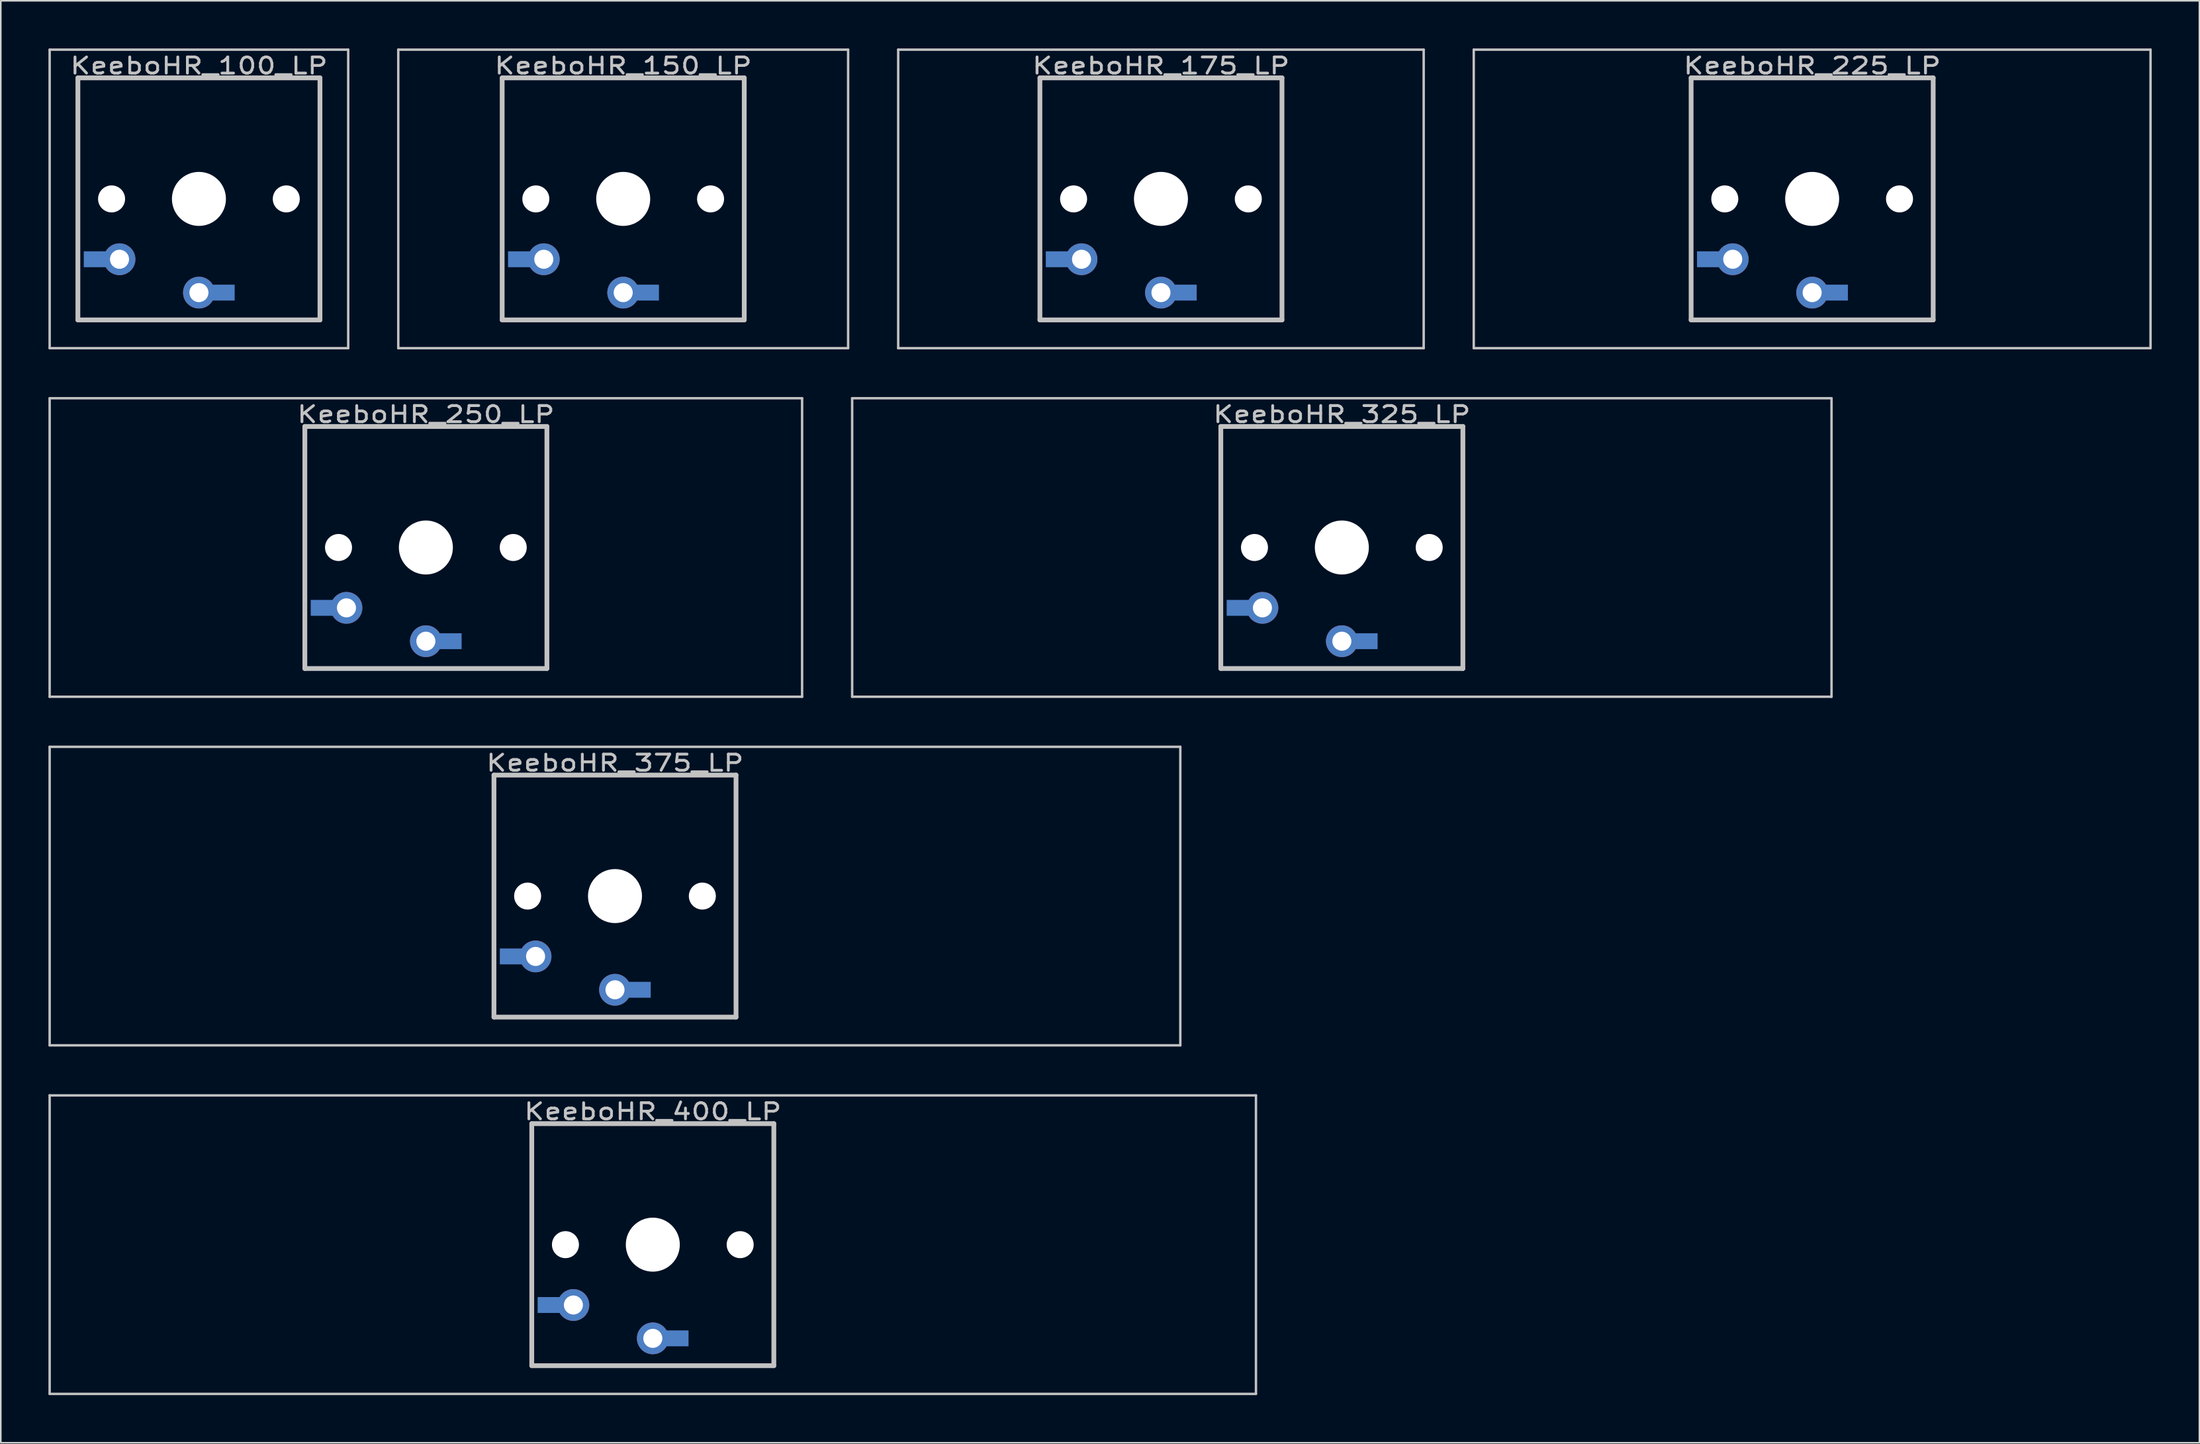
<source format=kicad_pcb>
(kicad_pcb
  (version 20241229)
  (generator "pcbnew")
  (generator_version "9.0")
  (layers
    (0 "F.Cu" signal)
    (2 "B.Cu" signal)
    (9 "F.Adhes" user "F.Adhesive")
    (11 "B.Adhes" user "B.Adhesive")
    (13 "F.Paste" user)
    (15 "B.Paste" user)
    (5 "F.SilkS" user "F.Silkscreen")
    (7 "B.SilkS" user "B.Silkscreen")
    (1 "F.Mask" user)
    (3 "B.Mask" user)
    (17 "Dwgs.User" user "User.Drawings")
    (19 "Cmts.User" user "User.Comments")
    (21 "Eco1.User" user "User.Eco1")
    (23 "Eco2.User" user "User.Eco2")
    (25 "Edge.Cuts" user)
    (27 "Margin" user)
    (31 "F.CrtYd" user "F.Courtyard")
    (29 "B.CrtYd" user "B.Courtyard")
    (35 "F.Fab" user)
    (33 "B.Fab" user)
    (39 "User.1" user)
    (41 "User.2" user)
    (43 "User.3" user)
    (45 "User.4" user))
  (footprint "KeeboHR_325_LP"
    (layer "B.Cu")
    (at 81.429 31.423)
    (property "Reference" "KeeboHR_325_LP" (at 0 -8.382 0) (layer "Dwgs.User") (effects (font (size 1.016 1.27) (thickness 0.178))))
    (attr through_hole)
    (fp_line (start -30.829 -9.398) (end 30.829 -9.398) (stroke (width 0.152) (type solid)) (layer "Dwgs.User"))
    (fp_line (start -30.829 9.398) (end -30.829 -9.398) (stroke (width 0.152) (type solid)) (layer "Dwgs.User"))
    (fp_line (start -7.62 -7.62) (end 7.62 -7.62) (stroke (width 0.3) (type solid)) (layer "Dwgs.User"))
    (fp_line (start -7.62 7.62) (end -7.62 -7.62) (stroke (width 0.3) (type solid)) (layer "Dwgs.User"))
    (fp_line (start 7.62 -7.62) (end 7.62 7.62) (stroke (width 0.3) (type solid)) (layer "Dwgs.User"))
    (fp_line (start 7.62 7.62) (end -7.62 7.62) (stroke (width 0.3) (type solid)) (layer "Dwgs.User"))
    (fp_line (start 30.829 -9.398) (end 30.829 9.398) (stroke (width 0.152) (type solid)) (layer "Dwgs.User"))
    (fp_line (start 30.829 9.398) (end -30.829 9.398) (stroke (width 0.152) (type solid)) (layer "Dwgs.User"))
    (pad "" np_thru_hole circle (at -5.5 0) (size 1.7 1.7) (drill 1.7) (layers "*.Cu" "*.Mask"))
    (pad "" np_thru_hole circle (at 0 0) (size 3.4 3.4) (drill 3.4) (layers "*.Cu" "*.Mask"))
    (pad "" np_thru_hole circle (at 5.5 0) (size 1.7 1.7) (drill 1.7) (layers "*.Cu" "*.Mask"))
    (pad "1" thru_hole circle (at 0 5.9) (size 2 2) (drill 1.2) (layers "*.Cu" "*.Mask"))
    (pad "1" smd rect (at 1.25 5.9) (size 2 1) (layers "B.Cu" "B.Mask"))
    (pad "2" smd rect (at -6.25 3.8) (size 2 1) (layers "B.Cu" "B.Mask"))
    (pad "2" thru_hole circle (at -5 3.8) (size 2 2) (drill 1.2) (layers "*.Cu" "*.Mask")))
  (footprint "KeeboHR_400_LP"
    (layer "B.Cu")
    (at 38.049 75.319)
    (property "Reference" "KeeboHR_400_LP" (at 0 -8.382 0) (layer "Dwgs.User") (effects (font (size 1.016 1.27) (thickness 0.178))))
    (attr through_hole)
    (fp_line (start -37.973 -9.398) (end 37.973 -9.398) (stroke (width 0.152) (type solid)) (layer "Dwgs.User"))
    (fp_line (start -37.973 9.398) (end -37.973 -9.398) (stroke (width 0.152) (type solid)) (layer "Dwgs.User"))
    (fp_line (start -7.62 -7.62) (end 7.62 -7.62) (stroke (width 0.3) (type solid)) (layer "Dwgs.User"))
    (fp_line (start -7.62 7.62) (end -7.62 -7.62) (stroke (width 0.3) (type solid)) (layer "Dwgs.User"))
    (fp_line (start 7.62 -7.62) (end 7.62 7.62) (stroke (width 0.3) (type solid)) (layer "Dwgs.User"))
    (fp_line (start 7.62 7.62) (end -7.62 7.62) (stroke (width 0.3) (type solid)) (layer "Dwgs.User"))
    (fp_line (start 37.973 -9.398) (end 37.973 9.398) (stroke (width 0.152) (type solid)) (layer "Dwgs.User"))
    (fp_line (start 37.973 9.398) (end -37.973 9.398) (stroke (width 0.152) (type solid)) (layer "Dwgs.User"))
    (pad "" np_thru_hole circle (at -5.5 0) (size 1.7 1.7) (drill 1.7) (layers "*.Cu" "*.Mask"))
    (pad "" np_thru_hole circle (at 0 0) (size 3.4 3.4) (drill 3.4) (layers "*.Cu" "*.Mask"))
    (pad "" np_thru_hole circle (at 5.5 0) (size 1.7 1.7) (drill 1.7) (layers "*.Cu" "*.Mask"))
    (pad "1" thru_hole circle (at 0 5.9) (size 2 2) (drill 1.2) (layers "*.Cu" "*.Mask"))
    (pad "1" smd rect (at 1.25 5.9) (size 2 1) (layers "B.Cu" "B.Mask"))
    (pad "2" smd rect (at -6.25 3.8) (size 2 1) (layers "B.Cu" "B.Mask"))
    (pad "2" thru_hole circle (at -5 3.8) (size 2 2) (drill 1.2) (layers "*.Cu" "*.Mask")))
  (footprint "KeeboHR_175_LP"
    (layer "B.Cu")
    (at 70.04 9.474)
    (property "Reference" "KeeboHR_175_LP" (at 0 -8.382 0) (layer "Dwgs.User") (effects (font (size 1.016 1.27) (thickness 0.178))))
    (attr through_hole)
    (fp_line (start -16.542 -9.398) (end 16.542 -9.398) (stroke (width 0.152) (type solid)) (layer "Dwgs.User"))
    (fp_line (start -16.542 9.398) (end -16.542 -9.398) (stroke (width 0.152) (type solid)) (layer "Dwgs.User"))
    (fp_line (start -7.62 -7.62) (end 7.62 -7.62) (stroke (width 0.3) (type solid)) (layer "Dwgs.User"))
    (fp_line (start -7.62 7.62) (end -7.62 -7.62) (stroke (width 0.3) (type solid)) (layer "Dwgs.User"))
    (fp_line (start 7.62 -7.62) (end 7.62 7.62) (stroke (width 0.3) (type solid)) (layer "Dwgs.User"))
    (fp_line (start 7.62 7.62) (end -7.62 7.62) (stroke (width 0.3) (type solid)) (layer "Dwgs.User"))
    (fp_line (start 16.542 -9.398) (end 16.542 9.398) (stroke (width 0.152) (type solid)) (layer "Dwgs.User"))
    (fp_line (start 16.542 9.398) (end -16.542 9.398) (stroke (width 0.152) (type solid)) (layer "Dwgs.User"))
    (pad "" np_thru_hole circle (at -5.5 0) (size 1.7 1.7) (drill 1.7) (layers "*.Cu" "*.Mask"))
    (pad "" np_thru_hole circle (at 0 0) (size 3.4 3.4) (drill 3.4) (layers "*.Cu" "*.Mask"))
    (pad "" np_thru_hole circle (at 5.5 0) (size 1.7 1.7) (drill 1.7) (layers "*.Cu" "*.Mask"))
    (pad "1" thru_hole circle (at 0 5.9) (size 2 2) (drill 1.2) (layers "*.Cu" "*.Mask"))
    (pad "1" smd rect (at 1.25 5.9) (size 2 1) (layers "B.Cu" "B.Mask"))
    (pad "2" smd rect (at -6.25 3.8) (size 2 1) (layers "B.Cu" "B.Mask"))
    (pad "2" thru_hole circle (at -5 3.8) (size 2 2) (drill 1.2) (layers "*.Cu" "*.Mask")))
  (footprint "KeeboHR_150_LP"
    (layer "B.Cu")
    (at 36.185 9.474)
    (property "Reference" "KeeboHR_150_LP" (at 0 -8.382 0) (layer "Dwgs.User") (effects (font (size 1.016 1.27) (thickness 0.178))))
    (attr through_hole)
    (fp_line (start -14.161 -9.398) (end 14.161 -9.398) (stroke (width 0.152) (type solid)) (layer "Dwgs.User"))
    (fp_line (start -14.161 9.398) (end -14.161 -9.398) (stroke (width 0.152) (type solid)) (layer "Dwgs.User"))
    (fp_line (start -7.62 -7.62) (end 7.62 -7.62) (stroke (width 0.3) (type solid)) (layer "Dwgs.User"))
    (fp_line (start -7.62 7.62) (end -7.62 -7.62) (stroke (width 0.3) (type solid)) (layer "Dwgs.User"))
    (fp_line (start 7.62 -7.62) (end 7.62 7.62) (stroke (width 0.3) (type solid)) (layer "Dwgs.User"))
    (fp_line (start 7.62 7.62) (end -7.62 7.62) (stroke (width 0.3) (type solid)) (layer "Dwgs.User"))
    (fp_line (start 14.161 -9.398) (end 14.161 9.398) (stroke (width 0.152) (type solid)) (layer "Dwgs.User"))
    (fp_line (start 14.161 9.398) (end -14.161 9.398) (stroke (width 0.152) (type solid)) (layer "Dwgs.User"))
    (pad "" np_thru_hole circle (at -5.5 0) (size 1.7 1.7) (drill 1.7) (layers "*.Cu" "*.Mask"))
    (pad "" np_thru_hole circle (at 0 0) (size 3.4 3.4) (drill 3.4) (layers "*.Cu" "*.Mask"))
    (pad "" np_thru_hole circle (at 5.5 0) (size 1.7 1.7) (drill 1.7) (layers "*.Cu" "*.Mask"))
    (pad "1" thru_hole circle (at 0 5.9) (size 2 2) (drill 1.2) (layers "*.Cu" "*.Mask"))
    (pad "1" smd rect (at 1.25 5.9) (size 2 1) (layers "B.Cu" "B.Mask"))
    (pad "2" smd rect (at -6.25 3.8) (size 2 1) (layers "B.Cu" "B.Mask"))
    (pad "2" thru_hole circle (at -5 3.8) (size 2 2) (drill 1.2) (layers "*.Cu" "*.Mask")))
  (footprint "KeeboHR_225_LP"
    (layer "B.Cu")
    (at 111.038 9.474)
    (property "Reference" "KeeboHR_225_LP" (at 0 -8.382 0) (layer "Dwgs.User") (effects (font (size 1.016 1.27) (thickness 0.178))))
    (attr through_hole)
    (fp_line (start -21.304 -9.398) (end 21.304 -9.398) (stroke (width 0.152) (type solid)) (layer "Dwgs.User"))
    (fp_line (start -21.304 9.398) (end -21.304 -9.398) (stroke (width 0.152) (type solid)) (layer "Dwgs.User"))
    (fp_line (start -7.62 -7.62) (end 7.62 -7.62) (stroke (width 0.3) (type solid)) (layer "Dwgs.User"))
    (fp_line (start -7.62 7.62) (end -7.62 -7.62) (stroke (width 0.3) (type solid)) (layer "Dwgs.User"))
    (fp_line (start 7.62 -7.62) (end 7.62 7.62) (stroke (width 0.3) (type solid)) (layer "Dwgs.User"))
    (fp_line (start 7.62 7.62) (end -7.62 7.62) (stroke (width 0.3) (type solid)) (layer "Dwgs.User"))
    (fp_line (start 21.304 -9.398) (end 21.304 9.398) (stroke (width 0.152) (type solid)) (layer "Dwgs.User"))
    (fp_line (start 21.304 9.398) (end -21.304 9.398) (stroke (width 0.152) (type solid)) (layer "Dwgs.User"))
    (pad "" np_thru_hole circle (at -5.5 0) (size 1.7 1.7) (drill 1.7) (layers "*.Cu" "*.Mask"))
    (pad "" np_thru_hole circle (at 0 0) (size 3.4 3.4) (drill 3.4) (layers "*.Cu" "*.Mask"))
    (pad "" np_thru_hole circle (at 5.5 0) (size 1.7 1.7) (drill 1.7) (layers "*.Cu" "*.Mask"))
    (pad "1" thru_hole circle (at 0 5.9) (size 2 2) (drill 1.2) (layers "*.Cu" "*.Mask"))
    (pad "1" smd rect (at 1.25 5.9) (size 2 1) (layers "B.Cu" "B.Mask"))
    (pad "2" smd rect (at -6.25 3.8) (size 2 1) (layers "B.Cu" "B.Mask"))
    (pad "2" thru_hole circle (at -5 3.8) (size 2 2) (drill 1.2) (layers "*.Cu" "*.Mask")))
  (footprint "KeeboHR_250_LP"
    (layer "B.Cu")
    (at 23.762 31.423)
    (property "Reference" "KeeboHR_250_LP" (at 0 -8.382 0) (layer "Dwgs.User") (effects (font (size 1.016 1.27) (thickness 0.178))))
    (attr through_hole)
    (fp_line (start -23.686 -9.398) (end 23.686 -9.398) (stroke (width 0.152) (type solid)) (layer "Dwgs.User"))
    (fp_line (start -23.686 9.398) (end -23.686 -9.398) (stroke (width 0.152) (type solid)) (layer "Dwgs.User"))
    (fp_line (start -7.62 -7.62) (end 7.62 -7.62) (stroke (width 0.3) (type solid)) (layer "Dwgs.User"))
    (fp_line (start -7.62 7.62) (end -7.62 -7.62) (stroke (width 0.3) (type solid)) (layer "Dwgs.User"))
    (fp_line (start 7.62 -7.62) (end 7.62 7.62) (stroke (width 0.3) (type solid)) (layer "Dwgs.User"))
    (fp_line (start 7.62 7.62) (end -7.62 7.62) (stroke (width 0.3) (type solid)) (layer "Dwgs.User"))
    (fp_line (start 23.686 -9.398) (end 23.686 9.398) (stroke (width 0.152) (type solid)) (layer "Dwgs.User"))
    (fp_line (start 23.686 9.398) (end -23.686 9.398) (stroke (width 0.152) (type solid)) (layer "Dwgs.User"))
    (pad "" np_thru_hole circle (at -5.5 0) (size 1.7 1.7) (drill 1.7) (layers "*.Cu" "*.Mask"))
    (pad "" np_thru_hole circle (at 0 0) (size 3.4 3.4) (drill 3.4) (layers "*.Cu" "*.Mask"))
    (pad "" np_thru_hole circle (at 5.5 0) (size 1.7 1.7) (drill 1.7) (layers "*.Cu" "*.Mask"))
    (pad "1" thru_hole circle (at 0 5.9) (size 2 2) (drill 1.2) (layers "*.Cu" "*.Mask"))
    (pad "1" smd rect (at 1.25 5.9) (size 2 1) (layers "B.Cu" "B.Mask"))
    (pad "2" smd rect (at -6.25 3.8) (size 2 1) (layers "B.Cu" "B.Mask"))
    (pad "2" thru_hole circle (at -5 3.8) (size 2 2) (drill 1.2) (layers "*.Cu" "*.Mask")))
  (footprint "KeeboHR_100_LP"
    (layer "B.Cu")
    (at 9.474 9.474)
    (property "Reference" "KeeboHR_100_LP" (at 0 -8.382 0) (layer "Dwgs.User") (effects (font (size 1.016 1.27) (thickness 0.178))))
    (attr through_hole)
    (fp_line (start -9.398 -9.398) (end 9.398 -9.398) (stroke (width 0.152) (type solid)) (layer "Dwgs.User"))
    (fp_line (start -9.398 9.398) (end -9.398 -9.398) (stroke (width 0.152) (type solid)) (layer "Dwgs.User"))
    (fp_line (start -7.62 -7.62) (end 7.62 -7.62) (stroke (width 0.3) (type solid)) (layer "Dwgs.User"))
    (fp_line (start -7.62 7.62) (end -7.62 -7.62) (stroke (width 0.3) (type solid)) (layer "Dwgs.User"))
    (fp_line (start 7.62 -7.62) (end 7.62 7.62) (stroke (width 0.3) (type solid)) (layer "Dwgs.User"))
    (fp_line (start 7.62 7.62) (end -7.62 7.62) (stroke (width 0.3) (type solid)) (layer "Dwgs.User"))
    (fp_line (start 9.398 -9.398) (end 9.398 9.398) (stroke (width 0.152) (type solid)) (layer "Dwgs.User"))
    (fp_line (start 9.398 9.398) (end -9.398 9.398) (stroke (width 0.152) (type solid)) (layer "Dwgs.User"))
    (pad "" np_thru_hole circle (at -5.5 0) (size 1.7 1.7) (drill 1.7) (layers "*.Cu" "*.Mask"))
    (pad "" np_thru_hole circle (at 0 0) (size 3.4 3.4) (drill 3.4) (layers "*.Cu" "*.Mask"))
    (pad "" np_thru_hole circle (at 5.5 0) (size 1.7 1.7) (drill 1.7) (layers "*.Cu" "*.Mask"))
    (pad "1" thru_hole circle (at 0 5.9) (size 2 2) (drill 1.2) (layers "*.Cu" "*.Mask"))
    (pad "1" smd rect (at 1.25 5.9) (size 2 1) (layers "B.Cu" "B.Mask"))
    (pad "2" smd rect (at -6.25 3.8) (size 2 1) (layers "B.Cu" "B.Mask"))
    (pad "2" thru_hole circle (at -5 3.8) (size 2 2) (drill 1.2) (layers "*.Cu" "*.Mask")))
  (footprint "KeeboHR_375_LP"
    (layer "B.Cu")
    (at 35.668 53.371)
    (property "Reference" "KeeboHR_375_LP" (at 0 -8.382 0) (layer "Dwgs.User") (effects (font (size 1.016 1.27) (thickness 0.178))))
    (attr through_hole)
    (fp_line (start -35.592 -9.398) (end 35.592 -9.398) (stroke (width 0.152) (type solid)) (layer "Dwgs.User"))
    (fp_line (start -35.592 9.398) (end -35.592 -9.398) (stroke (width 0.152) (type solid)) (layer "Dwgs.User"))
    (fp_line (start -7.62 -7.62) (end 7.62 -7.62) (stroke (width 0.3) (type solid)) (layer "Dwgs.User"))
    (fp_line (start -7.62 7.62) (end -7.62 -7.62) (stroke (width 0.3) (type solid)) (layer "Dwgs.User"))
    (fp_line (start 7.62 -7.62) (end 7.62 7.62) (stroke (width 0.3) (type solid)) (layer "Dwgs.User"))
    (fp_line (start 7.62 7.62) (end -7.62 7.62) (stroke (width 0.3) (type solid)) (layer "Dwgs.User"))
    (fp_line (start 35.592 -9.398) (end 35.592 9.398) (stroke (width 0.152) (type solid)) (layer "Dwgs.User"))
    (fp_line (start 35.592 9.398) (end -35.592 9.398) (stroke (width 0.152) (type solid)) (layer "Dwgs.User"))
    (pad "" np_thru_hole circle (at -5.5 0) (size 1.7 1.7) (drill 1.7) (layers "*.Cu" "*.Mask"))
    (pad "" np_thru_hole circle (at 0 0) (size 3.4 3.4) (drill 3.4) (layers "*.Cu" "*.Mask"))
    (pad "" np_thru_hole circle (at 5.5 0) (size 1.7 1.7) (drill 1.7) (layers "*.Cu" "*.Mask"))
    (pad "1" thru_hole circle (at 0 5.9) (size 2 2) (drill 1.2) (layers "*.Cu" "*.Mask"))
    (pad "1" smd rect (at 1.25 5.9) (size 2 1) (layers "B.Cu" "B.Mask"))
    (pad "2" smd rect (at -6.25 3.8) (size 2 1) (layers "B.Cu" "B.Mask"))
    (pad "2" thru_hole circle (at -5 3.8) (size 2 2) (drill 1.2) (layers "*.Cu" "*.Mask")))
  (gr_rect
    (start -3 -3)
    (end 135.419 87.794)
    (stroke (width 0.1) (type default))
    (fill no)
    (layer "Edge.Cuts")))
</source>
